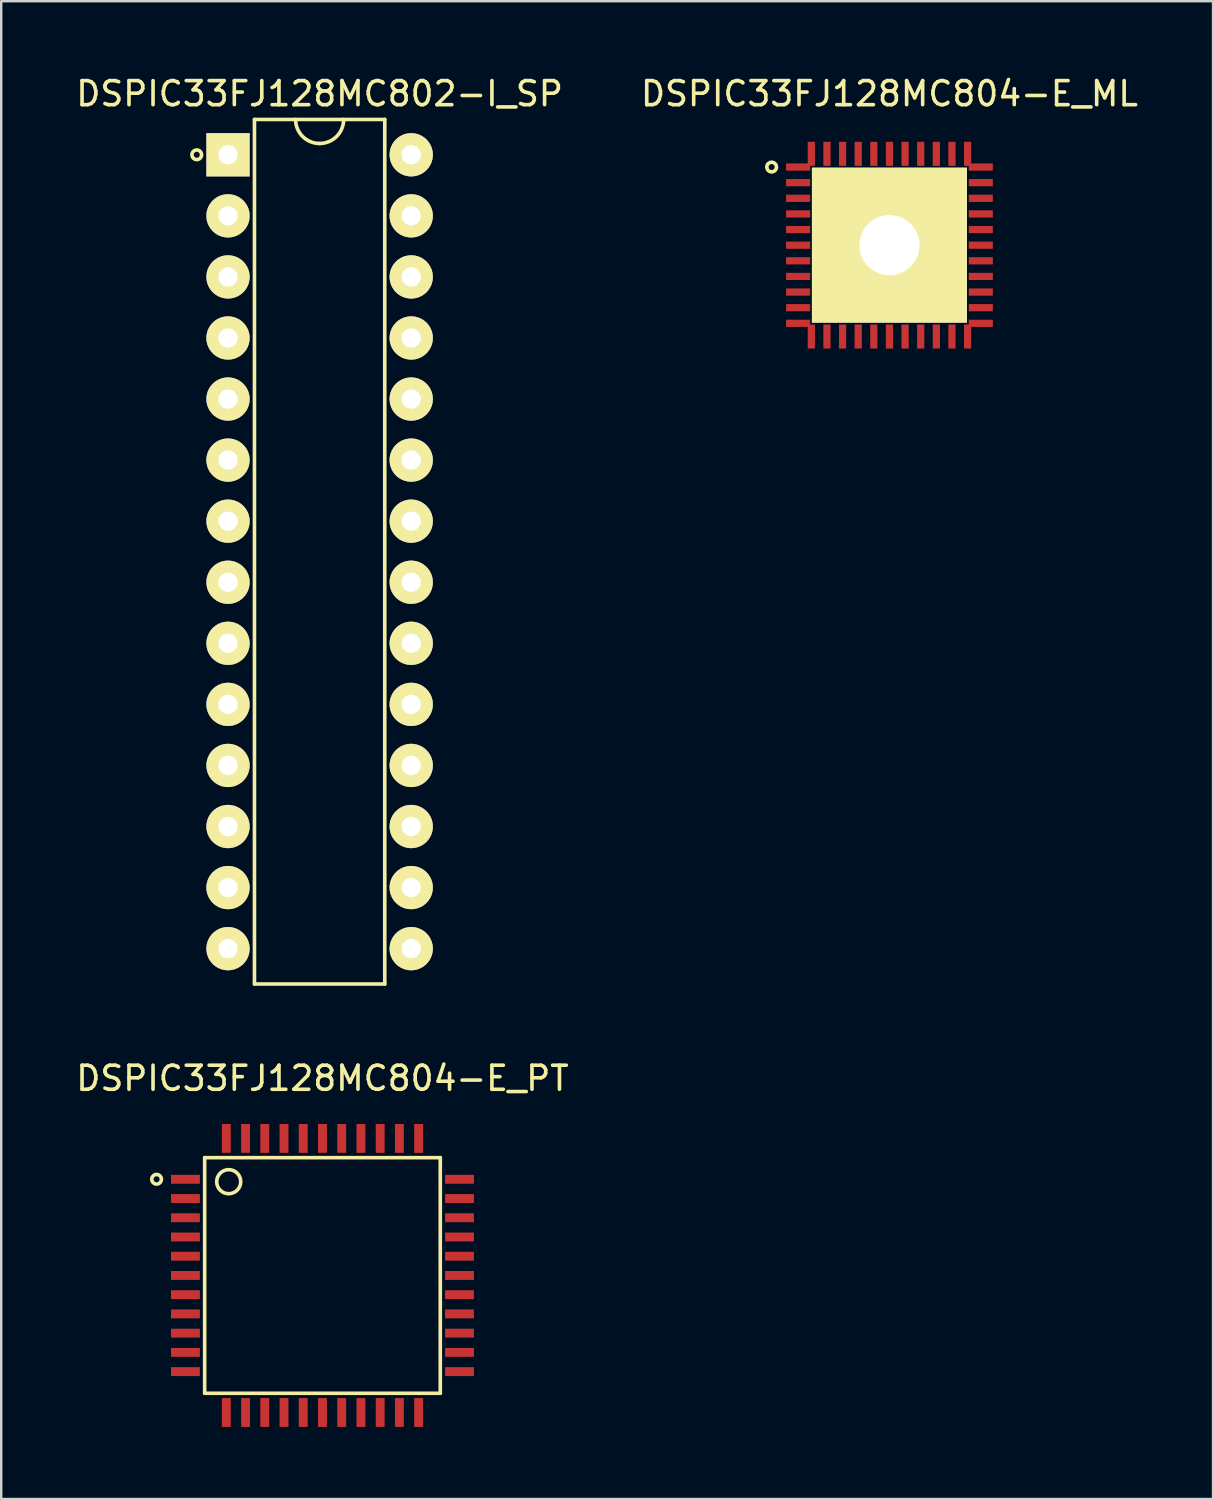
<source format=kicad_pcb>
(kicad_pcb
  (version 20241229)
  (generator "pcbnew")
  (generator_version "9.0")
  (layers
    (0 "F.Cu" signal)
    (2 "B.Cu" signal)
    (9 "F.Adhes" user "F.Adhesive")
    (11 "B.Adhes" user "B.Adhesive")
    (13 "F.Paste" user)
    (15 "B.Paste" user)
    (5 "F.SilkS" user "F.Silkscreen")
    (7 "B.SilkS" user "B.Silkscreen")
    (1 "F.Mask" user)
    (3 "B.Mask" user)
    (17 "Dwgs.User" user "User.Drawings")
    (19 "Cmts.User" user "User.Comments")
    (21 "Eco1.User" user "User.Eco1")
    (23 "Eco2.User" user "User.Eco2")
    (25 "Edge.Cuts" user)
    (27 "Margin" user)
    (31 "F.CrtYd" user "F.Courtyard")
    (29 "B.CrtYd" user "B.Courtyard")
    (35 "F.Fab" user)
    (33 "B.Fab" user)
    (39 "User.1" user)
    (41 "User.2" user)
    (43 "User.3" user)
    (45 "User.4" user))
  (footprint "DSPIC33FJ128MC802-I_SP"
    (layer "F.Cu")
    (at 6.434 3.388)
    (property "Reference" "DSPIC33FJ128MC802-I_SP" (at 3.81 -2.54 0) (layer "F.SilkS") (effects (font (size 1 1) (thickness 0.15))))
    (attr through_hole)
    (fp_line (start 1.1 -1.47) (end 6.52 -1.47) (stroke (width 0.15) (type solid)) (layer "F.SilkS"))
    (fp_line (start 1.1 34.49) (end 1.1 -1.47) (stroke (width 0.15) (type solid)) (layer "F.SilkS"))
    (fp_line (start 6.52 -1.47) (end 6.52 34.49) (stroke (width 0.15) (type solid)) (layer "F.SilkS"))
    (fp_line (start 6.52 34.49) (end 1.1 34.49) (stroke (width 0.15) (type solid)) (layer "F.SilkS"))
    (fp_arc (start 3.81 -0.47) (mid 3.102893 -0.762893) (end 2.81 -1.47) (stroke (width 0.15) (type solid)) (layer "F.SilkS"))
    (fp_arc (start 4.81 -1.47) (mid 4.517107 -0.762893) (end 3.81 -0.47) (stroke (width 0.15) (type solid)) (layer "F.SilkS"))
    (fp_circle (center -1.3 0) (end -1.3 0.2) (stroke (width 0.15) (type solid)) (fill no) (layer "F.SilkS"))
    (pad "1" thru_hole rect (at 0 0) (size 1.8 1.8) (drill 0.8) (layers "*.Cu" "*.Mask" "F.SilkS"))
    (pad "2" thru_hole circle (at 0 2.54) (size 1.8 1.8) (drill 0.8) (layers "*.Cu" "*.Mask" "F.SilkS"))
    (pad "3" thru_hole circle (at 0 5.08) (size 1.8 1.8) (drill 0.8) (layers "*.Cu" "*.Mask" "F.SilkS"))
    (pad "4" thru_hole circle (at 0 7.62) (size 1.8 1.8) (drill 0.8) (layers "*.Cu" "*.Mask" "F.SilkS"))
    (pad "5" thru_hole circle (at 0 10.16) (size 1.8 1.8) (drill 0.8) (layers "*.Cu" "*.Mask" "F.SilkS"))
    (pad "6" thru_hole circle (at 0 12.7) (size 1.8 1.8) (drill 0.8) (layers "*.Cu" "*.Mask" "F.SilkS"))
    (pad "7" thru_hole circle (at 0 15.24) (size 1.8 1.8) (drill 0.8) (layers "*.Cu" "*.Mask" "F.SilkS"))
    (pad "8" thru_hole circle (at 0 17.78) (size 1.8 1.8) (drill 0.8) (layers "*.Cu" "*.Mask" "F.SilkS"))
    (pad "9" thru_hole circle (at 0 20.32) (size 1.8 1.8) (drill 0.8) (layers "*.Cu" "*.Mask" "F.SilkS"))
    (pad "10" thru_hole circle (at 0 22.86) (size 1.8 1.8) (drill 0.8) (layers "*.Cu" "*.Mask" "F.SilkS"))
    (pad "11" thru_hole circle (at 0 25.4) (size 1.8 1.8) (drill 0.8) (layers "*.Cu" "*.Mask" "F.SilkS"))
    (pad "12" thru_hole circle (at 0 27.94) (size 1.8 1.8) (drill 0.8) (layers "*.Cu" "*.Mask" "F.SilkS"))
    (pad "13" thru_hole circle (at 0 30.48) (size 1.8 1.8) (drill 0.8) (layers "*.Cu" "*.Mask" "F.SilkS"))
    (pad "14" thru_hole circle (at 0 33.02) (size 1.8 1.8) (drill 0.8) (layers "*.Cu" "*.Mask" "F.SilkS"))
    (pad "15" thru_hole circle (at 7.62 33.02) (size 1.8 1.8) (drill 0.8) (layers "*.Cu" "*.Mask" "F.SilkS"))
    (pad "16" thru_hole circle (at 7.62 30.48) (size 1.8 1.8) (drill 0.8) (layers "*.Cu" "*.Mask" "F.SilkS"))
    (pad "17" thru_hole circle (at 7.62 27.94) (size 1.8 1.8) (drill 0.8) (layers "*.Cu" "*.Mask" "F.SilkS"))
    (pad "18" thru_hole circle (at 7.62 25.4) (size 1.8 1.8) (drill 0.8) (layers "*.Cu" "*.Mask" "F.SilkS"))
    (pad "19" thru_hole circle (at 7.62 22.86) (size 1.8 1.8) (drill 0.8) (layers "*.Cu" "*.Mask" "F.SilkS"))
    (pad "20" thru_hole circle (at 7.62 20.32) (size 1.8 1.8) (drill 0.8) (layers "*.Cu" "*.Mask" "F.SilkS"))
    (pad "21" thru_hole circle (at 7.62 17.78) (size 1.8 1.8) (drill 0.8) (layers "*.Cu" "*.Mask" "F.SilkS"))
    (pad "22" thru_hole circle (at 7.62 15.24) (size 1.8 1.8) (drill 0.8) (layers "*.Cu" "*.Mask" "F.SilkS"))
    (pad "23" thru_hole circle (at 7.62 12.7) (size 1.8 1.8) (drill 0.8) (layers "*.Cu" "*.Mask" "F.SilkS"))
    (pad "24" thru_hole circle (at 7.62 10.16) (size 1.8 1.8) (drill 0.8) (layers "*.Cu" "*.Mask" "F.SilkS"))
    (pad "25" thru_hole circle (at 7.62 7.62) (size 1.8 1.8) (drill 0.8) (layers "*.Cu" "*.Mask" "F.SilkS"))
    (pad "26" thru_hole circle (at 7.62 5.08) (size 1.8 1.8) (drill 0.8) (layers "*.Cu" "*.Mask" "F.SilkS"))
    (pad "27" thru_hole circle (at 7.62 2.54) (size 1.8 1.8) (drill 0.8) (layers "*.Cu" "*.Mask" "F.SilkS"))
    (pad "28" thru_hole circle (at 7.62 0) (size 1.8 1.8) (drill 0.8) (layers "*.Cu" "*.Mask" "F.SilkS")))
  (footprint "DSPIC33FJ128MC804-E_ML"
    (layer "F.Cu")
    (at 30.146 3.348)
    (property "Reference" "DSPIC33FJ128MC804-E_ML" (at 3.8 -2.5 0) (layer "F.SilkS") (effects (font (size 1 1) (thickness 0.15))))
    (attr through_hole)
    (fp_line (start 0.7 0.7) (end 0.7 6.9) (stroke (width 0.15) (type solid)) (layer "F.SilkS"))
    (fp_line (start 0.7 0.7) (end 6.9 0.7) (stroke (width 0.15) (type solid)) (layer "F.SilkS"))
    (fp_line (start 0.7 6.9) (end 6.9 6.9) (stroke (width 0.15) (type solid)) (layer "F.SilkS"))
    (fp_line (start 6.9 6.9) (end 6.9 0.7) (stroke (width 0.15) (type solid)) (layer "F.SilkS"))
    (fp_circle (center -1.1 0.55) (end -1.1 0.35) (stroke (width 0.15) (type solid)) (fill no) (layer "F.SilkS"))
    (fp_circle (center 1.7 1.7) (end 1.7 1.2) (stroke (width 0.15) (type solid)) (fill no) (layer "F.SilkS"))
    (pad "1" smd rect (at 0 0.55) (size 1 0.3) (layers "F.Cu" "F.Mask" "F.Paste"))
    (pad "2" smd rect (at 0 1.2) (size 1 0.3) (layers "F.Cu" "F.Mask" "F.Paste"))
    (pad "3" smd rect (at 0 1.85) (size 1 0.3) (layers "F.Cu" "F.Mask" "F.Paste"))
    (pad "4" smd rect (at 0 2.5) (size 1 0.3) (layers "F.Cu" "F.Mask" "F.Paste"))
    (pad "5" smd rect (at 0 3.15) (size 1 0.3) (layers "F.Cu" "F.Mask" "F.Paste"))
    (pad "6" smd rect (at 0 3.8) (size 1 0.3) (layers "F.Cu" "F.Mask" "F.Paste"))
    (pad "7" smd rect (at 0 4.45) (size 1 0.3) (layers "F.Cu" "F.Mask" "F.Paste"))
    (pad "8" smd rect (at 0 5.1) (size 1 0.3) (layers "F.Cu" "F.Mask" "F.Paste"))
    (pad "9" smd rect (at 0 5.75) (size 1 0.3) (layers "F.Cu" "F.Mask" "F.Paste"))
    (pad "10" smd rect (at 0 6.4) (size 1 0.3) (layers "F.Cu" "F.Mask" "F.Paste"))
    (pad "11" smd rect (at 0 7.05) (size 1 0.3) (layers "F.Cu" "F.Mask" "F.Paste"))
    (pad "12" smd rect (at 0.55 7.6) (size 0.3 1) (layers "F.Cu" "F.Mask" "F.Paste"))
    (pad "13" smd rect (at 1.2 7.6) (size 0.3 1) (layers "F.Cu" "F.Mask" "F.Paste"))
    (pad "14" smd rect (at 1.85 7.6) (size 0.3 1) (layers "F.Cu" "F.Mask" "F.Paste"))
    (pad "15" smd rect (at 2.5 7.6) (size 0.3 1) (layers "F.Cu" "F.Mask" "F.Paste"))
    (pad "16" smd rect (at 3.15 7.6) (size 0.3 1) (layers "F.Cu" "F.Mask" "F.Paste"))
    (pad "17" smd rect (at 3.8 7.6) (size 0.3 1) (layers "F.Cu" "F.Mask" "F.Paste"))
    (pad "18" smd rect (at 4.45 7.6) (size 0.3 1) (layers "F.Cu" "F.Mask" "F.Paste"))
    (pad "19" smd rect (at 5.1 7.6) (size 0.3 1) (layers "F.Cu" "F.Mask" "F.Paste"))
    (pad "20" smd rect (at 5.75 7.6) (size 0.3 1) (layers "F.Cu" "F.Mask" "F.Paste"))
    (pad "21" smd rect (at 6.4 7.6) (size 0.3 1) (layers "F.Cu" "F.Mask" "F.Paste"))
    (pad "22" smd rect (at 7.05 7.6) (size 0.3 1) (layers "F.Cu" "F.Mask" "F.Paste"))
    (pad "23" smd rect (at 7.6 7.05) (size 1 0.3) (layers "F.Cu" "F.Mask" "F.Paste"))
    (pad "24" smd rect (at 7.6 6.4) (size 1 0.3) (layers "F.Cu" "F.Mask" "F.Paste"))
    (pad "25" smd rect (at 7.6 5.75) (size 1 0.3) (layers "F.Cu" "F.Mask" "F.Paste"))
    (pad "26" smd rect (at 7.6 5.1) (size 1 0.3) (layers "F.Cu" "F.Mask" "F.Paste"))
    (pad "27" smd rect (at 7.6 4.45) (size 1 0.3) (layers "F.Cu" "F.Mask" "F.Paste"))
    (pad "28" smd rect (at 7.6 3.8) (size 1 0.3) (layers "F.Cu" "F.Mask" "F.Paste"))
    (pad "29" smd rect (at 7.6 3.15) (size 1 0.3) (layers "F.Cu" "F.Mask" "F.Paste"))
    (pad "30" smd rect (at 7.6 2.5) (size 1 0.3) (layers "F.Cu" "F.Mask" "F.Paste"))
    (pad "31" smd rect (at 7.6 1.85) (size 1 0.3) (layers "F.Cu" "F.Mask" "F.Paste"))
    (pad "32" smd rect (at 7.6 1.2) (size 1 0.3) (layers "F.Cu" "F.Mask" "F.Paste"))
    (pad "33" smd rect (at 7.6 0.55) (size 1 0.3) (layers "F.Cu" "F.Mask" "F.Paste"))
    (pad "34" smd rect (at 7.05 0) (size 0.3 1) (layers "F.Cu" "F.Mask" "F.Paste"))
    (pad "35" smd rect (at 6.4 0) (size 0.3 1) (layers "F.Cu" "F.Mask" "F.Paste"))
    (pad "36" smd rect (at 5.75 0) (size 0.3 1) (layers "F.Cu" "F.Mask" "F.Paste"))
    (pad "37" smd rect (at 5.1 0) (size 0.3 1) (layers "F.Cu" "F.Mask" "F.Paste"))
    (pad "38" smd rect (at 4.45 0) (size 0.3 1) (layers "F.Cu" "F.Mask" "F.Paste"))
    (pad "39" smd rect (at 3.8 0) (size 0.3 1) (layers "F.Cu" "F.Mask" "F.Paste"))
    (pad "40" smd rect (at 3.15 0) (size 0.3 1) (layers "F.Cu" "F.Mask" "F.Paste"))
    (pad "41" smd rect (at 2.5 0) (size 0.3 1) (layers "F.Cu" "F.Mask" "F.Paste"))
    (pad "42" smd rect (at 1.85 0) (size 0.3 1) (layers "F.Cu" "F.Mask" "F.Paste"))
    (pad "43" smd rect (at 1.2 0) (size 0.3 1) (layers "F.Cu" "F.Mask" "F.Paste"))
    (pad "44" smd rect (at 0.55 0) (size 0.3 1) (layers "F.Cu" "F.Mask" "F.Paste"))
    (pad "999" thru_hole rect (at 3.8 3.8) (size 6.45 6.45) (drill 2.5) (layers "*.Cu" "*.Mask" "F.SilkS")))
  (footprint "DSPIC33FJ128MC804-E_PT"
    (layer "F.Cu")
    (at 4.663 44.301)
    (property "Reference" "DSPIC33FJ128MC804-E_PT" (at 5.7 -2.5 0) (layer "F.SilkS") (effects (font (size 1 1) (thickness 0.15))))
    (attr through_hole)
    (fp_line (start 0.8 0.8) (end 0.8 10.6) (stroke (width 0.15) (type solid)) (layer "F.SilkS"))
    (fp_line (start 0.8 0.8) (end 10.6 0.8) (stroke (width 0.15) (type solid)) (layer "F.SilkS"))
    (fp_line (start 0.8 10.6) (end 10.6 10.6) (stroke (width 0.15) (type solid)) (layer "F.SilkS"))
    (fp_line (start 10.6 10.6) (end 10.6 0.8) (stroke (width 0.15) (type solid)) (layer "F.SilkS"))
    (fp_circle (center -1.2 1.7) (end -1.2 1.5) (stroke (width 0.15) (type solid)) (fill no) (layer "F.SilkS"))
    (fp_circle (center 1.8 1.8) (end 1.8 1.3) (stroke (width 0.15) (type solid)) (fill no) (layer "F.SilkS"))
    (pad "1" smd rect (at 0 1.7) (size 1.2 0.37) (layers "F.Cu" "F.Mask" "F.Paste"))
    (pad "2" smd rect (at 0 2.5) (size 1.2 0.37) (layers "F.Cu" "F.Mask" "F.Paste"))
    (pad "3" smd rect (at 0 3.3) (size 1.2 0.37) (layers "F.Cu" "F.Mask" "F.Paste"))
    (pad "4" smd rect (at 0 4.1) (size 1.2 0.37) (layers "F.Cu" "F.Mask" "F.Paste"))
    (pad "5" smd rect (at 0 4.9) (size 1.2 0.37) (layers "F.Cu" "F.Mask" "F.Paste"))
    (pad "6" smd rect (at 0 5.7) (size 1.2 0.37) (layers "F.Cu" "F.Mask" "F.Paste"))
    (pad "7" smd rect (at 0 6.5) (size 1.2 0.37) (layers "F.Cu" "F.Mask" "F.Paste"))
    (pad "8" smd rect (at 0 7.3) (size 1.2 0.37) (layers "F.Cu" "F.Mask" "F.Paste"))
    (pad "9" smd rect (at 0 8.1) (size 1.2 0.37) (layers "F.Cu" "F.Mask" "F.Paste"))
    (pad "10" smd rect (at 0 8.9) (size 1.2 0.37) (layers "F.Cu" "F.Mask" "F.Paste"))
    (pad "11" smd rect (at 0 9.7) (size 1.2 0.37) (layers "F.Cu" "F.Mask" "F.Paste"))
    (pad "12" smd rect (at 1.7 11.4) (size 0.37 1.2) (layers "F.Cu" "F.Mask" "F.Paste"))
    (pad "13" smd rect (at 2.5 11.4) (size 0.37 1.2) (layers "F.Cu" "F.Mask" "F.Paste"))
    (pad "14" smd rect (at 3.3 11.4) (size 0.37 1.2) (layers "F.Cu" "F.Mask" "F.Paste"))
    (pad "15" smd rect (at 4.1 11.4) (size 0.37 1.2) (layers "F.Cu" "F.Mask" "F.Paste"))
    (pad "16" smd rect (at 4.9 11.4) (size 0.37 1.2) (layers "F.Cu" "F.Mask" "F.Paste"))
    (pad "17" smd rect (at 5.7 11.4) (size 0.37 1.2) (layers "F.Cu" "F.Mask" "F.Paste"))
    (pad "18" smd rect (at 6.5 11.4) (size 0.37 1.2) (layers "F.Cu" "F.Mask" "F.Paste"))
    (pad "19" smd rect (at 7.3 11.4) (size 0.37 1.2) (layers "F.Cu" "F.Mask" "F.Paste"))
    (pad "20" smd rect (at 8.1 11.4) (size 0.37 1.2) (layers "F.Cu" "F.Mask" "F.Paste"))
    (pad "21" smd rect (at 8.9 11.4) (size 0.37 1.2) (layers "F.Cu" "F.Mask" "F.Paste"))
    (pad "22" smd rect (at 9.7 11.4) (size 0.37 1.2) (layers "F.Cu" "F.Mask" "F.Paste"))
    (pad "23" smd rect (at 11.4 9.7) (size 1.2 0.37) (layers "F.Cu" "F.Mask" "F.Paste"))
    (pad "24" smd rect (at 11.4 8.9) (size 1.2 0.37) (layers "F.Cu" "F.Mask" "F.Paste"))
    (pad "25" smd rect (at 11.4 8.1) (size 1.2 0.37) (layers "F.Cu" "F.Mask" "F.Paste"))
    (pad "26" smd rect (at 11.4 7.3) (size 1.2 0.37) (layers "F.Cu" "F.Mask" "F.Paste"))
    (pad "27" smd rect (at 11.4 6.5) (size 1.2 0.37) (layers "F.Cu" "F.Mask" "F.Paste"))
    (pad "28" smd rect (at 11.4 5.7) (size 1.2 0.37) (layers "F.Cu" "F.Mask" "F.Paste"))
    (pad "29" smd rect (at 11.4 4.9) (size 1.2 0.37) (layers "F.Cu" "F.Mask" "F.Paste"))
    (pad "30" smd rect (at 11.4 4.1) (size 1.2 0.37) (layers "F.Cu" "F.Mask" "F.Paste"))
    (pad "31" smd rect (at 11.4 3.3) (size 1.2 0.37) (layers "F.Cu" "F.Mask" "F.Paste"))
    (pad "32" smd rect (at 11.4 2.5) (size 1.2 0.37) (layers "F.Cu" "F.Mask" "F.Paste"))
    (pad "33" smd rect (at 11.4 1.7) (size 1.2 0.37) (layers "F.Cu" "F.Mask" "F.Paste"))
    (pad "34" smd rect (at 9.7 0) (size 0.37 1.2) (layers "F.Cu" "F.Mask" "F.Paste"))
    (pad "35" smd rect (at 8.9 0) (size 0.37 1.2) (layers "F.Cu" "F.Mask" "F.Paste"))
    (pad "36" smd rect (at 8.1 0) (size 0.37 1.2) (layers "F.Cu" "F.Mask" "F.Paste"))
    (pad "37" smd rect (at 7.3 0) (size 0.37 1.2) (layers "F.Cu" "F.Mask" "F.Paste"))
    (pad "38" smd rect (at 6.5 0) (size 0.37 1.2) (layers "F.Cu" "F.Mask" "F.Paste"))
    (pad "39" smd rect (at 5.7 0) (size 0.37 1.2) (layers "F.Cu" "F.Mask" "F.Paste"))
    (pad "40" smd rect (at 4.9 0) (size 0.37 1.2) (layers "F.Cu" "F.Mask" "F.Paste"))
    (pad "41" smd rect (at 4.1 0) (size 0.37 1.2) (layers "F.Cu" "F.Mask" "F.Paste"))
    (pad "42" smd rect (at 3.3 0) (size 0.37 1.2) (layers "F.Cu" "F.Mask" "F.Paste"))
    (pad "43" smd rect (at 2.5 0) (size 0.37 1.2) (layers "F.Cu" "F.Mask" "F.Paste"))
    (pad "44" smd rect (at 1.7 0) (size 0.37 1.2) (layers "F.Cu" "F.Mask" "F.Paste")))
  (gr_rect
    (start -3 -3)
    (end 47.405 59.301)
    (stroke (width 0.1) (type default))
    (fill no)
    (layer "Edge.Cuts")))
</source>
